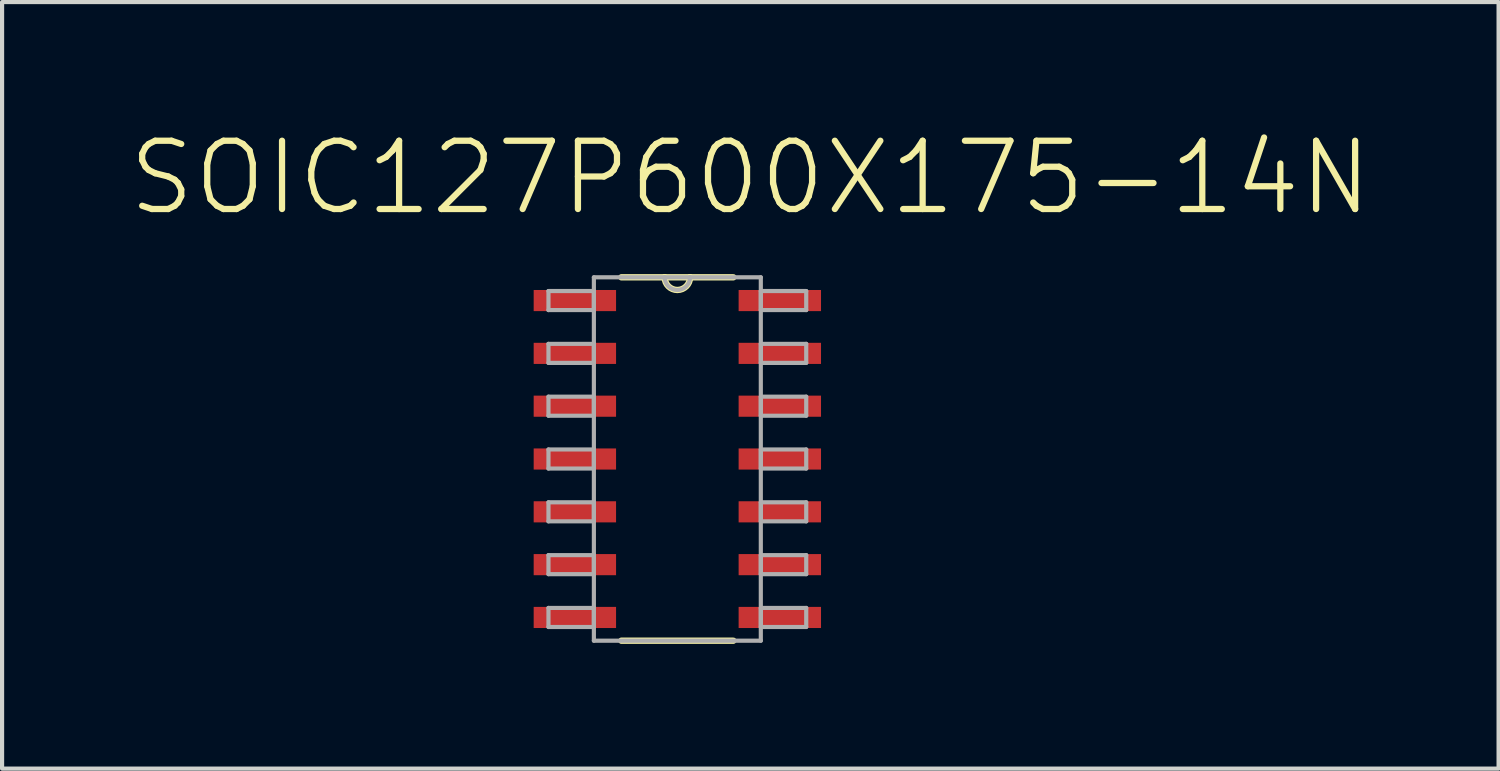
<source format=kicad_pcb>
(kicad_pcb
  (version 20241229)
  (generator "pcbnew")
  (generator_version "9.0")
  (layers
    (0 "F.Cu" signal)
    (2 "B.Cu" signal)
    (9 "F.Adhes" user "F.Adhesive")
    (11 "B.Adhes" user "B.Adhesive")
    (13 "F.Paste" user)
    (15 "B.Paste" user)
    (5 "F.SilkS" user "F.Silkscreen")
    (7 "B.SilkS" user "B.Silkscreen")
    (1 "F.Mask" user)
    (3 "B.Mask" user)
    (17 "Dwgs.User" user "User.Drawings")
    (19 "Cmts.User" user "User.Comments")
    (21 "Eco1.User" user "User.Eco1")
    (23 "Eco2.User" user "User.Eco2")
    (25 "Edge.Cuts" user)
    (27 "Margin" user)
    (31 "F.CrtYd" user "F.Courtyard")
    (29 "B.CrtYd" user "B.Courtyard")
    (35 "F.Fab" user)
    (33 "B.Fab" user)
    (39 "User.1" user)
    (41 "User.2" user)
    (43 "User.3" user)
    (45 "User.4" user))
  (footprint "SOIC127P600X175-14N"
    (layer "F.Cu")
    (at 13.237 7.987)
    (property "Reference" "SOIC127P600X175-14N" (at 1.754 -6.763 0) (layer "F.SilkS") (effects (font (size 1.642 1.642) (thickness 0.15))))
    (attr smd)
    (fp_line (start -1.346 4.369) (end 1.346 4.369) (stroke (width 0.152) (type solid)) (layer "F.SilkS"))
    (fp_line (start -0.305 -4.369) (end -1.346 -4.369) (stroke (width 0.152) (type solid)) (layer "F.SilkS"))
    (fp_line (start 0.305 -4.369) (end -0.305 -4.369) (stroke (width 0.152) (type solid)) (layer "F.SilkS"))
    (fp_line (start 1.346 -4.369) (end 0.305 -4.369) (stroke (width 0.152) (type solid)) (layer "F.SilkS"))
    (fp_arc (start 0.3048 -4.3688) (mid 0 -4.064) (end -0.3048 -4.3688) (stroke (width 0.1524) (type solid)) (layer "F.SilkS"))
    (fp_line (start -3.099 -4.039) (end -3.099 -3.581) (stroke (width 0.1) (type solid)) (layer "F.Fab"))
    (fp_line (start -3.099 -3.581) (end -2.007 -3.581) (stroke (width 0.1) (type solid)) (layer "F.Fab"))
    (fp_line (start -3.099 -2.769) (end -3.099 -2.311) (stroke (width 0.1) (type solid)) (layer "F.Fab"))
    (fp_line (start -3.099 -2.311) (end -2.007 -2.311) (stroke (width 0.1) (type solid)) (layer "F.Fab"))
    (fp_line (start -3.099 -1.499) (end -3.099 -1.041) (stroke (width 0.1) (type solid)) (layer "F.Fab"))
    (fp_line (start -3.099 -1.041) (end -2.007 -1.041) (stroke (width 0.1) (type solid)) (layer "F.Fab"))
    (fp_line (start -3.099 -0.229) (end -3.099 0.229) (stroke (width 0.1) (type solid)) (layer "F.Fab"))
    (fp_line (start -3.099 0.229) (end -2.007 0.229) (stroke (width 0.1) (type solid)) (layer "F.Fab"))
    (fp_line (start -3.099 1.041) (end -3.099 1.499) (stroke (width 0.1) (type solid)) (layer "F.Fab"))
    (fp_line (start -3.099 1.499) (end -2.007 1.499) (stroke (width 0.1) (type solid)) (layer "F.Fab"))
    (fp_line (start -3.099 2.311) (end -3.099 2.769) (stroke (width 0.1) (type solid)) (layer "F.Fab"))
    (fp_line (start -3.099 2.769) (end -2.007 2.769) (stroke (width 0.1) (type solid)) (layer "F.Fab"))
    (fp_line (start -3.099 3.581) (end -3.099 4.039) (stroke (width 0.1) (type solid)) (layer "F.Fab"))
    (fp_line (start -3.099 4.039) (end -2.007 4.039) (stroke (width 0.1) (type solid)) (layer "F.Fab"))
    (fp_line (start -2.007 -4.369) (end -2.007 4.369) (stroke (width 0.1) (type solid)) (layer "F.Fab"))
    (fp_line (start -2.007 -4.039) (end -3.099 -4.039) (stroke (width 0.1) (type solid)) (layer "F.Fab"))
    (fp_line (start -2.007 -3.581) (end -2.007 -4.039) (stroke (width 0.1) (type solid)) (layer "F.Fab"))
    (fp_line (start -2.007 -2.769) (end -3.099 -2.769) (stroke (width 0.1) (type solid)) (layer "F.Fab"))
    (fp_line (start -2.007 -2.311) (end -2.007 -2.769) (stroke (width 0.1) (type solid)) (layer "F.Fab"))
    (fp_line (start -2.007 -1.499) (end -3.099 -1.499) (stroke (width 0.1) (type solid)) (layer "F.Fab"))
    (fp_line (start -2.007 -1.041) (end -2.007 -1.499) (stroke (width 0.1) (type solid)) (layer "F.Fab"))
    (fp_line (start -2.007 -0.229) (end -3.099 -0.229) (stroke (width 0.1) (type solid)) (layer "F.Fab"))
    (fp_line (start -2.007 0.229) (end -2.007 -0.229) (stroke (width 0.1) (type solid)) (layer "F.Fab"))
    (fp_line (start -2.007 1.041) (end -3.099 1.041) (stroke (width 0.1) (type solid)) (layer "F.Fab"))
    (fp_line (start -2.007 1.499) (end -2.007 1.041) (stroke (width 0.1) (type solid)) (layer "F.Fab"))
    (fp_line (start -2.007 2.311) (end -3.099 2.311) (stroke (width 0.1) (type solid)) (layer "F.Fab"))
    (fp_line (start -2.007 2.769) (end -2.007 2.311) (stroke (width 0.1) (type solid)) (layer "F.Fab"))
    (fp_line (start -2.007 3.581) (end -3.099 3.581) (stroke (width 0.1) (type solid)) (layer "F.Fab"))
    (fp_line (start -2.007 4.039) (end -2.007 3.581) (stroke (width 0.1) (type solid)) (layer "F.Fab"))
    (fp_line (start -2.007 4.369) (end 2.007 4.369) (stroke (width 0.1) (type solid)) (layer "F.Fab"))
    (fp_line (start -0.305 -4.369) (end -2.007 -4.369) (stroke (width 0.1) (type solid)) (layer "F.Fab"))
    (fp_line (start 0.305 -4.369) (end -0.305 -4.369) (stroke (width 0.1) (type solid)) (layer "F.Fab"))
    (fp_line (start 2.007 -4.369) (end 0.305 -4.369) (stroke (width 0.1) (type solid)) (layer "F.Fab"))
    (fp_line (start 2.007 -4.039) (end 2.007 -3.581) (stroke (width 0.1) (type solid)) (layer "F.Fab"))
    (fp_line (start 2.007 -3.581) (end 3.099 -3.581) (stroke (width 0.1) (type solid)) (layer "F.Fab"))
    (fp_line (start 2.007 -2.769) (end 2.007 -2.311) (stroke (width 0.1) (type solid)) (layer "F.Fab"))
    (fp_line (start 2.007 -2.311) (end 3.099 -2.311) (stroke (width 0.1) (type solid)) (layer "F.Fab"))
    (fp_line (start 2.007 -1.499) (end 2.007 -1.041) (stroke (width 0.1) (type solid)) (layer "F.Fab"))
    (fp_line (start 2.007 -1.041) (end 3.099 -1.041) (stroke (width 0.1) (type solid)) (layer "F.Fab"))
    (fp_line (start 2.007 -0.229) (end 2.007 0.229) (stroke (width 0.1) (type solid)) (layer "F.Fab"))
    (fp_line (start 2.007 0.229) (end 3.099 0.229) (stroke (width 0.1) (type solid)) (layer "F.Fab"))
    (fp_line (start 2.007 1.041) (end 2.007 1.499) (stroke (width 0.1) (type solid)) (layer "F.Fab"))
    (fp_line (start 2.007 1.499) (end 3.099 1.499) (stroke (width 0.1) (type solid)) (layer "F.Fab"))
    (fp_line (start 2.007 2.311) (end 2.007 2.769) (stroke (width 0.1) (type solid)) (layer "F.Fab"))
    (fp_line (start 2.007 2.769) (end 3.099 2.769) (stroke (width 0.1) (type solid)) (layer "F.Fab"))
    (fp_line (start 2.007 3.581) (end 2.007 4.039) (stroke (width 0.1) (type solid)) (layer "F.Fab"))
    (fp_line (start 2.007 4.039) (end 3.099 4.039) (stroke (width 0.1) (type solid)) (layer "F.Fab"))
    (fp_line (start 2.007 4.369) (end 2.007 -4.369) (stroke (width 0.1) (type solid)) (layer "F.Fab"))
    (fp_line (start 3.099 -4.039) (end 2.007 -4.039) (stroke (width 0.1) (type solid)) (layer "F.Fab"))
    (fp_line (start 3.099 -3.581) (end 3.099 -4.039) (stroke (width 0.1) (type solid)) (layer "F.Fab"))
    (fp_line (start 3.099 -2.769) (end 2.007 -2.769) (stroke (width 0.1) (type solid)) (layer "F.Fab"))
    (fp_line (start 3.099 -2.311) (end 3.099 -2.769) (stroke (width 0.1) (type solid)) (layer "F.Fab"))
    (fp_line (start 3.099 -1.499) (end 2.007 -1.499) (stroke (width 0.1) (type solid)) (layer "F.Fab"))
    (fp_line (start 3.099 -1.041) (end 3.099 -1.499) (stroke (width 0.1) (type solid)) (layer "F.Fab"))
    (fp_line (start 3.099 -0.229) (end 2.007 -0.229) (stroke (width 0.1) (type solid)) (layer "F.Fab"))
    (fp_line (start 3.099 0.229) (end 3.099 -0.229) (stroke (width 0.1) (type solid)) (layer "F.Fab"))
    (fp_line (start 3.099 1.041) (end 2.007 1.041) (stroke (width 0.1) (type solid)) (layer "F.Fab"))
    (fp_line (start 3.099 1.499) (end 3.099 1.041) (stroke (width 0.1) (type solid)) (layer "F.Fab"))
    (fp_line (start 3.099 2.311) (end 2.007 2.311) (stroke (width 0.1) (type solid)) (layer "F.Fab"))
    (fp_line (start 3.099 2.769) (end 3.099 2.311) (stroke (width 0.1) (type solid)) (layer "F.Fab"))
    (fp_line (start 3.099 3.581) (end 2.007 3.581) (stroke (width 0.1) (type solid)) (layer "F.Fab"))
    (fp_line (start 3.099 4.039) (end 3.099 3.581) (stroke (width 0.1) (type solid)) (layer "F.Fab"))
    (fp_arc (start 0.3048 -4.3688) (mid 0 -4.064) (end -0.3048 -4.3688) (stroke (width 0.1) (type solid)) (layer "F.Fab"))
    (pad "1" smd rect (at -2.464 -3.81) (size 1.981 0.508) (layers "F.Cu" "F.Mask" "F.Paste"))
    (pad "2" smd rect (at -2.464 -2.54) (size 1.981 0.508) (layers "F.Cu" "F.Mask" "F.Paste"))
    (pad "3" smd rect (at -2.464 -1.27) (size 1.981 0.508) (layers "F.Cu" "F.Mask" "F.Paste"))
    (pad "4" smd rect (at -2.464 0) (size 1.981 0.508) (layers "F.Cu" "F.Mask" "F.Paste"))
    (pad "5" smd rect (at -2.464 1.27) (size 1.981 0.508) (layers "F.Cu" "F.Mask" "F.Paste"))
    (pad "6" smd rect (at -2.464 2.54) (size 1.981 0.508) (layers "F.Cu" "F.Mask" "F.Paste"))
    (pad "7" smd rect (at -2.464 3.81) (size 1.981 0.508) (layers "F.Cu" "F.Mask" "F.Paste"))
    (pad "8" smd rect (at 2.464 3.81) (size 1.981 0.508) (layers "F.Cu" "F.Mask" "F.Paste"))
    (pad "9" smd rect (at 2.464 2.54) (size 1.981 0.508) (layers "F.Cu" "F.Mask" "F.Paste"))
    (pad "10" smd rect (at 2.464 1.27) (size 1.981 0.508) (layers "F.Cu" "F.Mask" "F.Paste"))
    (pad "11" smd rect (at 2.464 0) (size 1.981 0.508) (layers "F.Cu" "F.Mask" "F.Paste"))
    (pad "12" smd rect (at 2.464 -1.27) (size 1.981 0.508) (layers "F.Cu" "F.Mask" "F.Paste"))
    (pad "13" smd rect (at 2.464 -2.54) (size 1.981 0.508) (layers "F.Cu" "F.Mask" "F.Paste"))
    (pad "14" smd rect (at 2.464 -3.81) (size 1.981 0.508) (layers "F.Cu" "F.Mask" "F.Paste")))
  (gr_rect
    (start -3 -3)
    (end 32.984 15.432)
    (stroke (width 0.1) (type default))
    (fill no)
    (layer "Edge.Cuts")))
</source>
